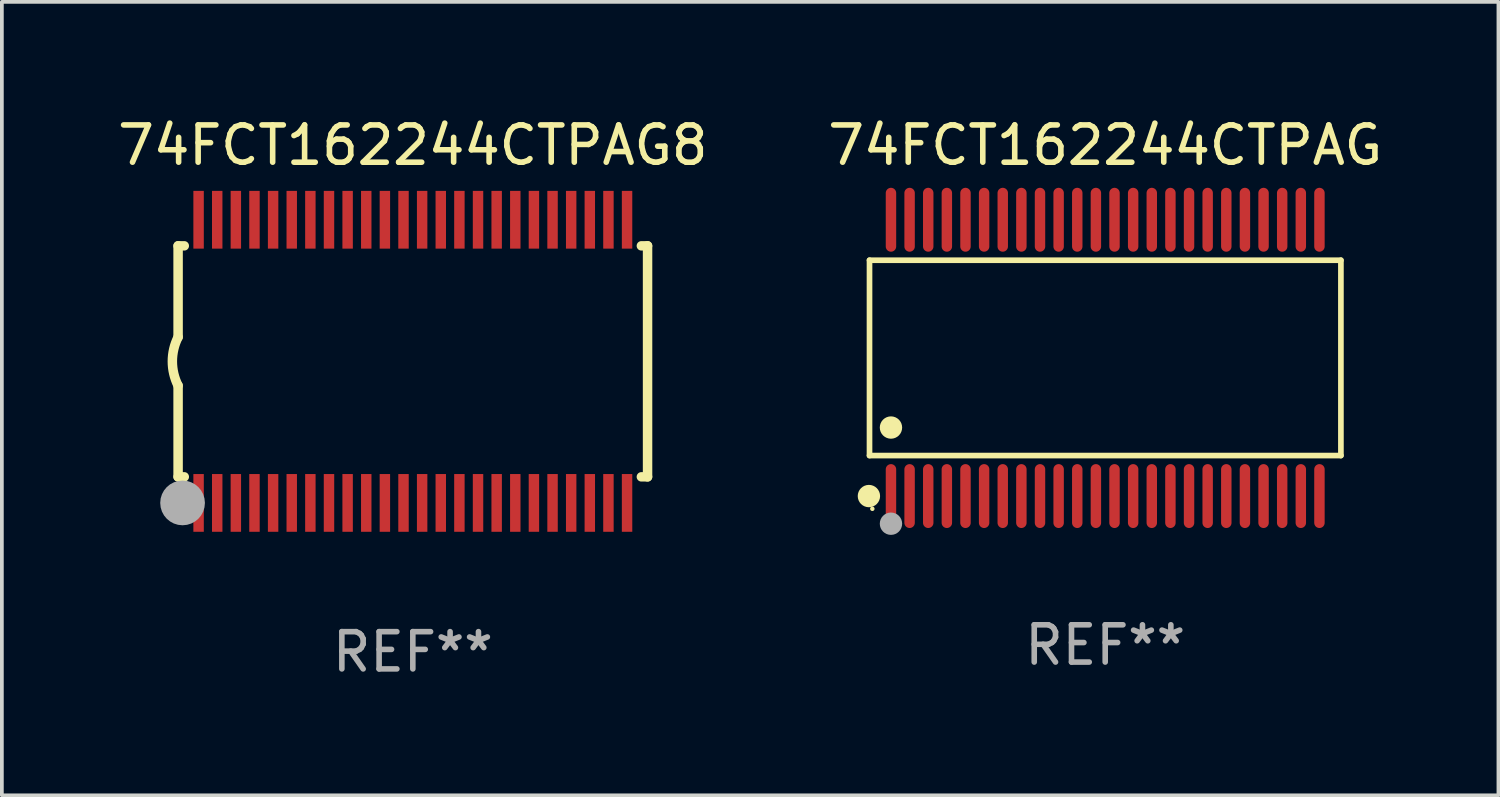
<source format=kicad_pcb>
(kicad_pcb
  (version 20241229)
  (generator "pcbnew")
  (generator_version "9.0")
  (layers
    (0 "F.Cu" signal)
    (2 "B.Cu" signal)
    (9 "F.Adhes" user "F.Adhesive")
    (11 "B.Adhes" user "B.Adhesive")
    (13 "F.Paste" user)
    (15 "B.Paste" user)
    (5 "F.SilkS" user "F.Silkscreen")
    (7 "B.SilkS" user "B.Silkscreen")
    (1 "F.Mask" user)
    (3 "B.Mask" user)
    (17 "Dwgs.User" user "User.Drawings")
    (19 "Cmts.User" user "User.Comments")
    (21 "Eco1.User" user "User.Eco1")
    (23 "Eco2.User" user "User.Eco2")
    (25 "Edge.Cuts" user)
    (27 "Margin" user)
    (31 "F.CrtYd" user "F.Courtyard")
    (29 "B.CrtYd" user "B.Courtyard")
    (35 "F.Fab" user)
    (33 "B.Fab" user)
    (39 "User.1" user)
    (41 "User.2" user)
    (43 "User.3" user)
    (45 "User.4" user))
  (footprint "74FCT162244CTPAG"
    (layer "F.Cu")
    (at 26.613 6.556)
    (property "Reference" "74FCT162244CTPAG" (at 0 -5.708 0) (layer "F.SilkS") (effects (font (size 1 1) (thickness 0.15))))
    (attr through_hole)
    (fp_line (start -6.326 -2.622) (end 6.326 -2.622) (stroke (width 0.152) (type solid)) (layer "F.SilkS"))
    (fp_line (start -6.326 2.621) (end -6.326 -2.622) (stroke (width 0.152) (type solid)) (layer "F.SilkS"))
    (fp_line (start 6.326 -2.622) (end 6.326 2.621) (stroke (width 0.152) (type solid)) (layer "F.SilkS"))
    (fp_line (start 6.326 2.621) (end -6.326 2.621) (stroke (width 0.152) (type solid)) (layer "F.SilkS"))
    (fp_circle (center -6.342 3.708) (end -6.192 3.708) (stroke (width 0.3) (type solid)) (fill no) (layer "F.SilkS"))
    (fp_circle (center -6.25 4.05) (end -6.22 4.05) (stroke (width 0.06) (type solid)) (fill no) (layer "F.SilkS"))
    (fp_circle (center -5.75 1.869) (end -5.6 1.869) (stroke (width 0.3) (type solid)) (fill no) (layer "F.SilkS"))
    (fp_circle (center -5.75 4.45) (end -5.6 4.45) (stroke (width 0.3) (type solid)) (fill no) (layer "F.Fab"))
    (fp_text user "REF**" (at 0 7.708 0) (layer "F.Fab") (effects (font (size 1 1) (thickness 0.15))))
    (pad "1" smd oval (at -5.75 3.708) (size 0.28 1.715) (layers "F.Cu" "F.Mask" "F.Paste"))
    (pad "2" smd oval (at -5.25 3.708) (size 0.28 1.715) (layers "F.Cu" "F.Mask" "F.Paste"))
    (pad "3" smd oval (at -4.75 3.708) (size 0.28 1.715) (layers "F.Cu" "F.Mask" "F.Paste"))
    (pad "4" smd oval (at -4.25 3.708) (size 0.28 1.715) (layers "F.Cu" "F.Mask" "F.Paste"))
    (pad "5" smd oval (at -3.75 3.708) (size 0.28 1.715) (layers "F.Cu" "F.Mask" "F.Paste"))
    (pad "6" smd oval (at -3.25 3.708) (size 0.28 1.715) (layers "F.Cu" "F.Mask" "F.Paste"))
    (pad "7" smd oval (at -2.75 3.708) (size 0.28 1.715) (layers "F.Cu" "F.Mask" "F.Paste"))
    (pad "8" smd oval (at -2.25 3.708) (size 0.28 1.715) (layers "F.Cu" "F.Mask" "F.Paste"))
    (pad "9" smd oval (at -1.75 3.708) (size 0.28 1.715) (layers "F.Cu" "F.Mask" "F.Paste"))
    (pad "10" smd oval (at -1.25 3.708) (size 0.28 1.715) (layers "F.Cu" "F.Mask" "F.Paste"))
    (pad "11" smd oval (at -0.75 3.708) (size 0.28 1.715) (layers "F.Cu" "F.Mask" "F.Paste"))
    (pad "12" smd oval (at -0.25 3.708) (size 0.28 1.715) (layers "F.Cu" "F.Mask" "F.Paste"))
    (pad "13" smd oval (at 0.25 3.708) (size 0.28 1.715) (layers "F.Cu" "F.Mask" "F.Paste"))
    (pad "14" smd oval (at 0.75 3.708) (size 0.28 1.715) (layers "F.Cu" "F.Mask" "F.Paste"))
    (pad "15" smd oval (at 1.25 3.708) (size 0.28 1.715) (layers "F.Cu" "F.Mask" "F.Paste"))
    (pad "16" smd oval (at 1.75 3.708) (size 0.28 1.715) (layers "F.Cu" "F.Mask" "F.Paste"))
    (pad "17" smd oval (at 2.25 3.708) (size 0.28 1.715) (layers "F.Cu" "F.Mask" "F.Paste"))
    (pad "18" smd oval (at 2.75 3.708) (size 0.28 1.715) (layers "F.Cu" "F.Mask" "F.Paste"))
    (pad "19" smd oval (at 3.25 3.708) (size 0.28 1.715) (layers "F.Cu" "F.Mask" "F.Paste"))
    (pad "20" smd oval (at 3.75 3.708) (size 0.28 1.715) (layers "F.Cu" "F.Mask" "F.Paste"))
    (pad "21" smd oval (at 4.25 3.708) (size 0.28 1.715) (layers "F.Cu" "F.Mask" "F.Paste"))
    (pad "22" smd oval (at 4.75 3.708) (size 0.28 1.715) (layers "F.Cu" "F.Mask" "F.Paste"))
    (pad "23" smd oval (at 5.25 3.708) (size 0.28 1.715) (layers "F.Cu" "F.Mask" "F.Paste"))
    (pad "24" smd oval (at 5.75 3.708) (size 0.28 1.715) (layers "F.Cu" "F.Mask" "F.Paste"))
    (pad "25" smd oval (at 5.75 -3.708) (size 0.28 1.715) (layers "F.Cu" "F.Mask" "F.Paste"))
    (pad "26" smd oval (at 5.25 -3.708) (size 0.28 1.715) (layers "F.Cu" "F.Mask" "F.Paste"))
    (pad "27" smd oval (at 4.75 -3.708) (size 0.28 1.715) (layers "F.Cu" "F.Mask" "F.Paste"))
    (pad "28" smd oval (at 4.25 -3.708) (size 0.28 1.715) (layers "F.Cu" "F.Mask" "F.Paste"))
    (pad "29" smd oval (at 3.75 -3.708) (size 0.28 1.715) (layers "F.Cu" "F.Mask" "F.Paste"))
    (pad "30" smd oval (at 3.25 -3.708) (size 0.28 1.715) (layers "F.Cu" "F.Mask" "F.Paste"))
    (pad "31" smd oval (at 2.75 -3.708) (size 0.28 1.715) (layers "F.Cu" "F.Mask" "F.Paste"))
    (pad "32" smd oval (at 2.25 -3.708) (size 0.28 1.715) (layers "F.Cu" "F.Mask" "F.Paste"))
    (pad "33" smd oval (at 1.75 -3.708) (size 0.28 1.715) (layers "F.Cu" "F.Mask" "F.Paste"))
    (pad "34" smd oval (at 1.25 -3.708) (size 0.28 1.715) (layers "F.Cu" "F.Mask" "F.Paste"))
    (pad "35" smd oval (at 0.75 -3.708) (size 0.28 1.715) (layers "F.Cu" "F.Mask" "F.Paste"))
    (pad "36" smd oval (at 0.25 -3.708) (size 0.28 1.715) (layers "F.Cu" "F.Mask" "F.Paste"))
    (pad "37" smd oval (at -0.25 -3.708) (size 0.28 1.715) (layers "F.Cu" "F.Mask" "F.Paste"))
    (pad "38" smd oval (at -0.75 -3.708) (size 0.28 1.715) (layers "F.Cu" "F.Mask" "F.Paste"))
    (pad "39" smd oval (at -1.25 -3.708) (size 0.28 1.715) (layers "F.Cu" "F.Mask" "F.Paste"))
    (pad "40" smd oval (at -1.75 -3.708) (size 0.28 1.715) (layers "F.Cu" "F.Mask" "F.Paste"))
    (pad "41" smd oval (at -2.25 -3.708) (size 0.28 1.715) (layers "F.Cu" "F.Mask" "F.Paste"))
    (pad "42" smd oval (at -2.75 -3.708) (size 0.28 1.715) (layers "F.Cu" "F.Mask" "F.Paste"))
    (pad "43" smd oval (at -3.25 -3.708) (size 0.28 1.715) (layers "F.Cu" "F.Mask" "F.Paste"))
    (pad "44" smd oval (at -3.75 -3.708) (size 0.28 1.715) (layers "F.Cu" "F.Mask" "F.Paste"))
    (pad "45" smd oval (at -4.25 -3.708) (size 0.28 1.715) (layers "F.Cu" "F.Mask" "F.Paste"))
    (pad "46" smd oval (at -4.75 -3.708) (size 0.28 1.715) (layers "F.Cu" "F.Mask" "F.Paste"))
    (pad "47" smd oval (at -5.25 -3.708) (size 0.28 1.715) (layers "F.Cu" "F.Mask" "F.Paste"))
    (pad "48" smd oval (at -5.75 -3.708) (size 0.28 1.715) (layers "F.Cu" "F.Mask" "F.Paste")))
  (footprint "74FCT162244CTPAG8"
    (layer "F.Cu")
    (at 8.03 6.648)
    (property "Reference" "74FCT162244CTPAG8" (at 0 -5.8 0) (layer "F.SilkS") (effects (font (size 1 1) (thickness 0.15))))
    (attr through_hole)
    (fp_line (start -6.3 -3.1) (end -6.3 -0.65) (stroke (width 0.254) (type solid)) (layer "F.SilkS"))
    (fp_line (start -6.3 -3.1) (end -6.134 -3.1) (stroke (width 0.254) (type solid)) (layer "F.SilkS"))
    (fp_line (start -6.3 3.1) (end -6.3 0.65) (stroke (width 0.254) (type solid)) (layer "F.SilkS"))
    (fp_line (start -6.3 3.1) (end -6.134 3.1) (stroke (width 0.254) (type solid)) (layer "F.SilkS"))
    (fp_line (start 6.134 -3.1) (end 6.3 -3.1) (stroke (width 0.254) (type solid)) (layer "F.SilkS"))
    (fp_line (start 6.134 3.1) (end 6.3 3.1) (stroke (width 0.254) (type solid)) (layer "F.SilkS"))
    (fp_line (start 6.3 -3.1) (end 6.3 3.1) (stroke (width 0.254) (type solid)) (layer "F.SilkS"))
    (fp_arc (start -6.301016 0.650114) (mid -6.45413 -0.000082) (end -6.3 -0.650038) (stroke (width 0.254001) (type solid)) (layer "F.SilkS"))
    (fp_circle (center -6.35 3.81) (end -6.223 3.81) (stroke (width 0.254) (type solid)) (fill no) (layer "F.SilkS"))
    (fp_circle (center -6.25 4.05) (end -6.22 4.05) (stroke (width 0.06) (type solid)) (fill no) (layer "F.SilkS"))
    (fp_circle (center -6.18 3.8) (end -5.88 3.8) (stroke (width 0.6) (type solid)) (fill no) (layer "F.Fab"))
    (fp_text user "REF**" (at 0 7.8 0) (layer "F.Fab") (effects (font (size 1 1) (thickness 0.15))))
    (pad "1" smd rect (at -5.75 3.8) (size 0.28 1.55) (layers "F.Cu" "F.Mask" "F.Paste"))
    (pad "2" smd rect (at -5.25 3.8) (size 0.28 1.55) (layers "F.Cu" "F.Mask" "F.Paste"))
    (pad "3" smd rect (at -4.75 3.8) (size 0.28 1.55) (layers "F.Cu" "F.Mask" "F.Paste"))
    (pad "4" smd rect (at -4.25 3.8) (size 0.28 1.55) (layers "F.Cu" "F.Mask" "F.Paste"))
    (pad "5" smd rect (at -3.75 3.8) (size 0.28 1.55) (layers "F.Cu" "F.Mask" "F.Paste"))
    (pad "6" smd rect (at -3.25 3.8) (size 0.28 1.55) (layers "F.Cu" "F.Mask" "F.Paste"))
    (pad "7" smd rect (at -2.75 3.8) (size 0.28 1.55) (layers "F.Cu" "F.Mask" "F.Paste"))
    (pad "8" smd rect (at -2.25 3.8) (size 0.28 1.55) (layers "F.Cu" "F.Mask" "F.Paste"))
    (pad "9" smd rect (at -1.75 3.8) (size 0.28 1.55) (layers "F.Cu" "F.Mask" "F.Paste"))
    (pad "10" smd rect (at -1.25 3.8) (size 0.28 1.55) (layers "F.Cu" "F.Mask" "F.Paste"))
    (pad "11" smd rect (at -0.75 3.8) (size 0.28 1.55) (layers "F.Cu" "F.Mask" "F.Paste"))
    (pad "12" smd rect (at -0.25 3.8) (size 0.28 1.55) (layers "F.Cu" "F.Mask" "F.Paste"))
    (pad "13" smd rect (at 0.25 3.8) (size 0.28 1.55) (layers "F.Cu" "F.Mask" "F.Paste"))
    (pad "14" smd rect (at 0.75 3.8) (size 0.28 1.55) (layers "F.Cu" "F.Mask" "F.Paste"))
    (pad "15" smd rect (at 1.25 3.8) (size 0.28 1.55) (layers "F.Cu" "F.Mask" "F.Paste"))
    (pad "16" smd rect (at 1.75 3.8) (size 0.28 1.55) (layers "F.Cu" "F.Mask" "F.Paste"))
    (pad "17" smd rect (at 2.25 3.8) (size 0.28 1.55) (layers "F.Cu" "F.Mask" "F.Paste"))
    (pad "18" smd rect (at 2.75 3.8) (size 0.28 1.55) (layers "F.Cu" "F.Mask" "F.Paste"))
    (pad "19" smd rect (at 3.25 3.8) (size 0.28 1.55) (layers "F.Cu" "F.Mask" "F.Paste"))
    (pad "20" smd rect (at 3.75 3.8) (size 0.28 1.55) (layers "F.Cu" "F.Mask" "F.Paste"))
    (pad "21" smd rect (at 4.25 3.8) (size 0.28 1.55) (layers "F.Cu" "F.Mask" "F.Paste"))
    (pad "22" smd rect (at 4.75 3.8) (size 0.28 1.55) (layers "F.Cu" "F.Mask" "F.Paste"))
    (pad "23" smd rect (at 5.25 3.8) (size 0.28 1.55) (layers "F.Cu" "F.Mask" "F.Paste"))
    (pad "24" smd rect (at 5.75 3.8) (size 0.28 1.55) (layers "F.Cu" "F.Mask" "F.Paste"))
    (pad "25" smd rect (at 5.75 -3.8) (size 0.28 1.55) (layers "F.Cu" "F.Mask" "F.Paste"))
    (pad "26" smd rect (at 5.25 -3.8) (size 0.28 1.55) (layers "F.Cu" "F.Mask" "F.Paste"))
    (pad "27" smd rect (at 4.75 -3.8) (size 0.28 1.55) (layers "F.Cu" "F.Mask" "F.Paste"))
    (pad "28" smd rect (at 4.25 -3.8) (size 0.28 1.55) (layers "F.Cu" "F.Mask" "F.Paste"))
    (pad "29" smd rect (at 3.75 -3.8) (size 0.28 1.55) (layers "F.Cu" "F.Mask" "F.Paste"))
    (pad "30" smd rect (at 3.25 -3.8) (size 0.28 1.55) (layers "F.Cu" "F.Mask" "F.Paste"))
    (pad "31" smd rect (at 2.75 -3.8) (size 0.28 1.55) (layers "F.Cu" "F.Mask" "F.Paste"))
    (pad "32" smd rect (at 2.25 -3.8) (size 0.28 1.55) (layers "F.Cu" "F.Mask" "F.Paste"))
    (pad "33" smd rect (at 1.75 -3.8) (size 0.28 1.55) (layers "F.Cu" "F.Mask" "F.Paste"))
    (pad "34" smd rect (at 1.25 -3.8) (size 0.28 1.55) (layers "F.Cu" "F.Mask" "F.Paste"))
    (pad "35" smd rect (at 0.75 -3.8) (size 0.28 1.55) (layers "F.Cu" "F.Mask" "F.Paste"))
    (pad "36" smd rect (at 0.25 -3.8) (size 0.28 1.55) (layers "F.Cu" "F.Mask" "F.Paste"))
    (pad "37" smd rect (at -0.25 -3.8) (size 0.28 1.55) (layers "F.Cu" "F.Mask" "F.Paste"))
    (pad "38" smd rect (at -0.75 -3.8) (size 0.28 1.55) (layers "F.Cu" "F.Mask" "F.Paste"))
    (pad "39" smd rect (at -1.25 -3.8) (size 0.28 1.55) (layers "F.Cu" "F.Mask" "F.Paste"))
    (pad "40" smd rect (at -1.75 -3.8) (size 0.28 1.55) (layers "F.Cu" "F.Mask" "F.Paste"))
    (pad "41" smd rect (at -2.25 -3.8) (size 0.28 1.55) (layers "F.Cu" "F.Mask" "F.Paste"))
    (pad "42" smd rect (at -2.75 -3.8) (size 0.28 1.55) (layers "F.Cu" "F.Mask" "F.Paste"))
    (pad "43" smd rect (at -3.25 -3.8) (size 0.28 1.55) (layers "F.Cu" "F.Mask" "F.Paste"))
    (pad "44" smd rect (at -3.75 -3.8) (size 0.28 1.55) (layers "F.Cu" "F.Mask" "F.Paste"))
    (pad "45" smd rect (at -4.25 -3.8) (size 0.28 1.55) (layers "F.Cu" "F.Mask" "F.Paste"))
    (pad "46" smd rect (at -4.75 -3.8) (size 0.28 1.55) (layers "F.Cu" "F.Mask" "F.Paste"))
    (pad "47" smd rect (at -5.25 -3.8) (size 0.28 1.55) (layers "F.Cu" "F.Mask" "F.Paste"))
    (pad "48" smd rect (at -5.75 -3.8) (size 0.28 1.55) (layers "F.Cu" "F.Mask" "F.Paste")))
  (gr_rect
    (start -3 -3)
    (end 37.167 18.296)
    (stroke (width 0.1) (type default))
    (fill no)
    (layer "Edge.Cuts")))
</source>
